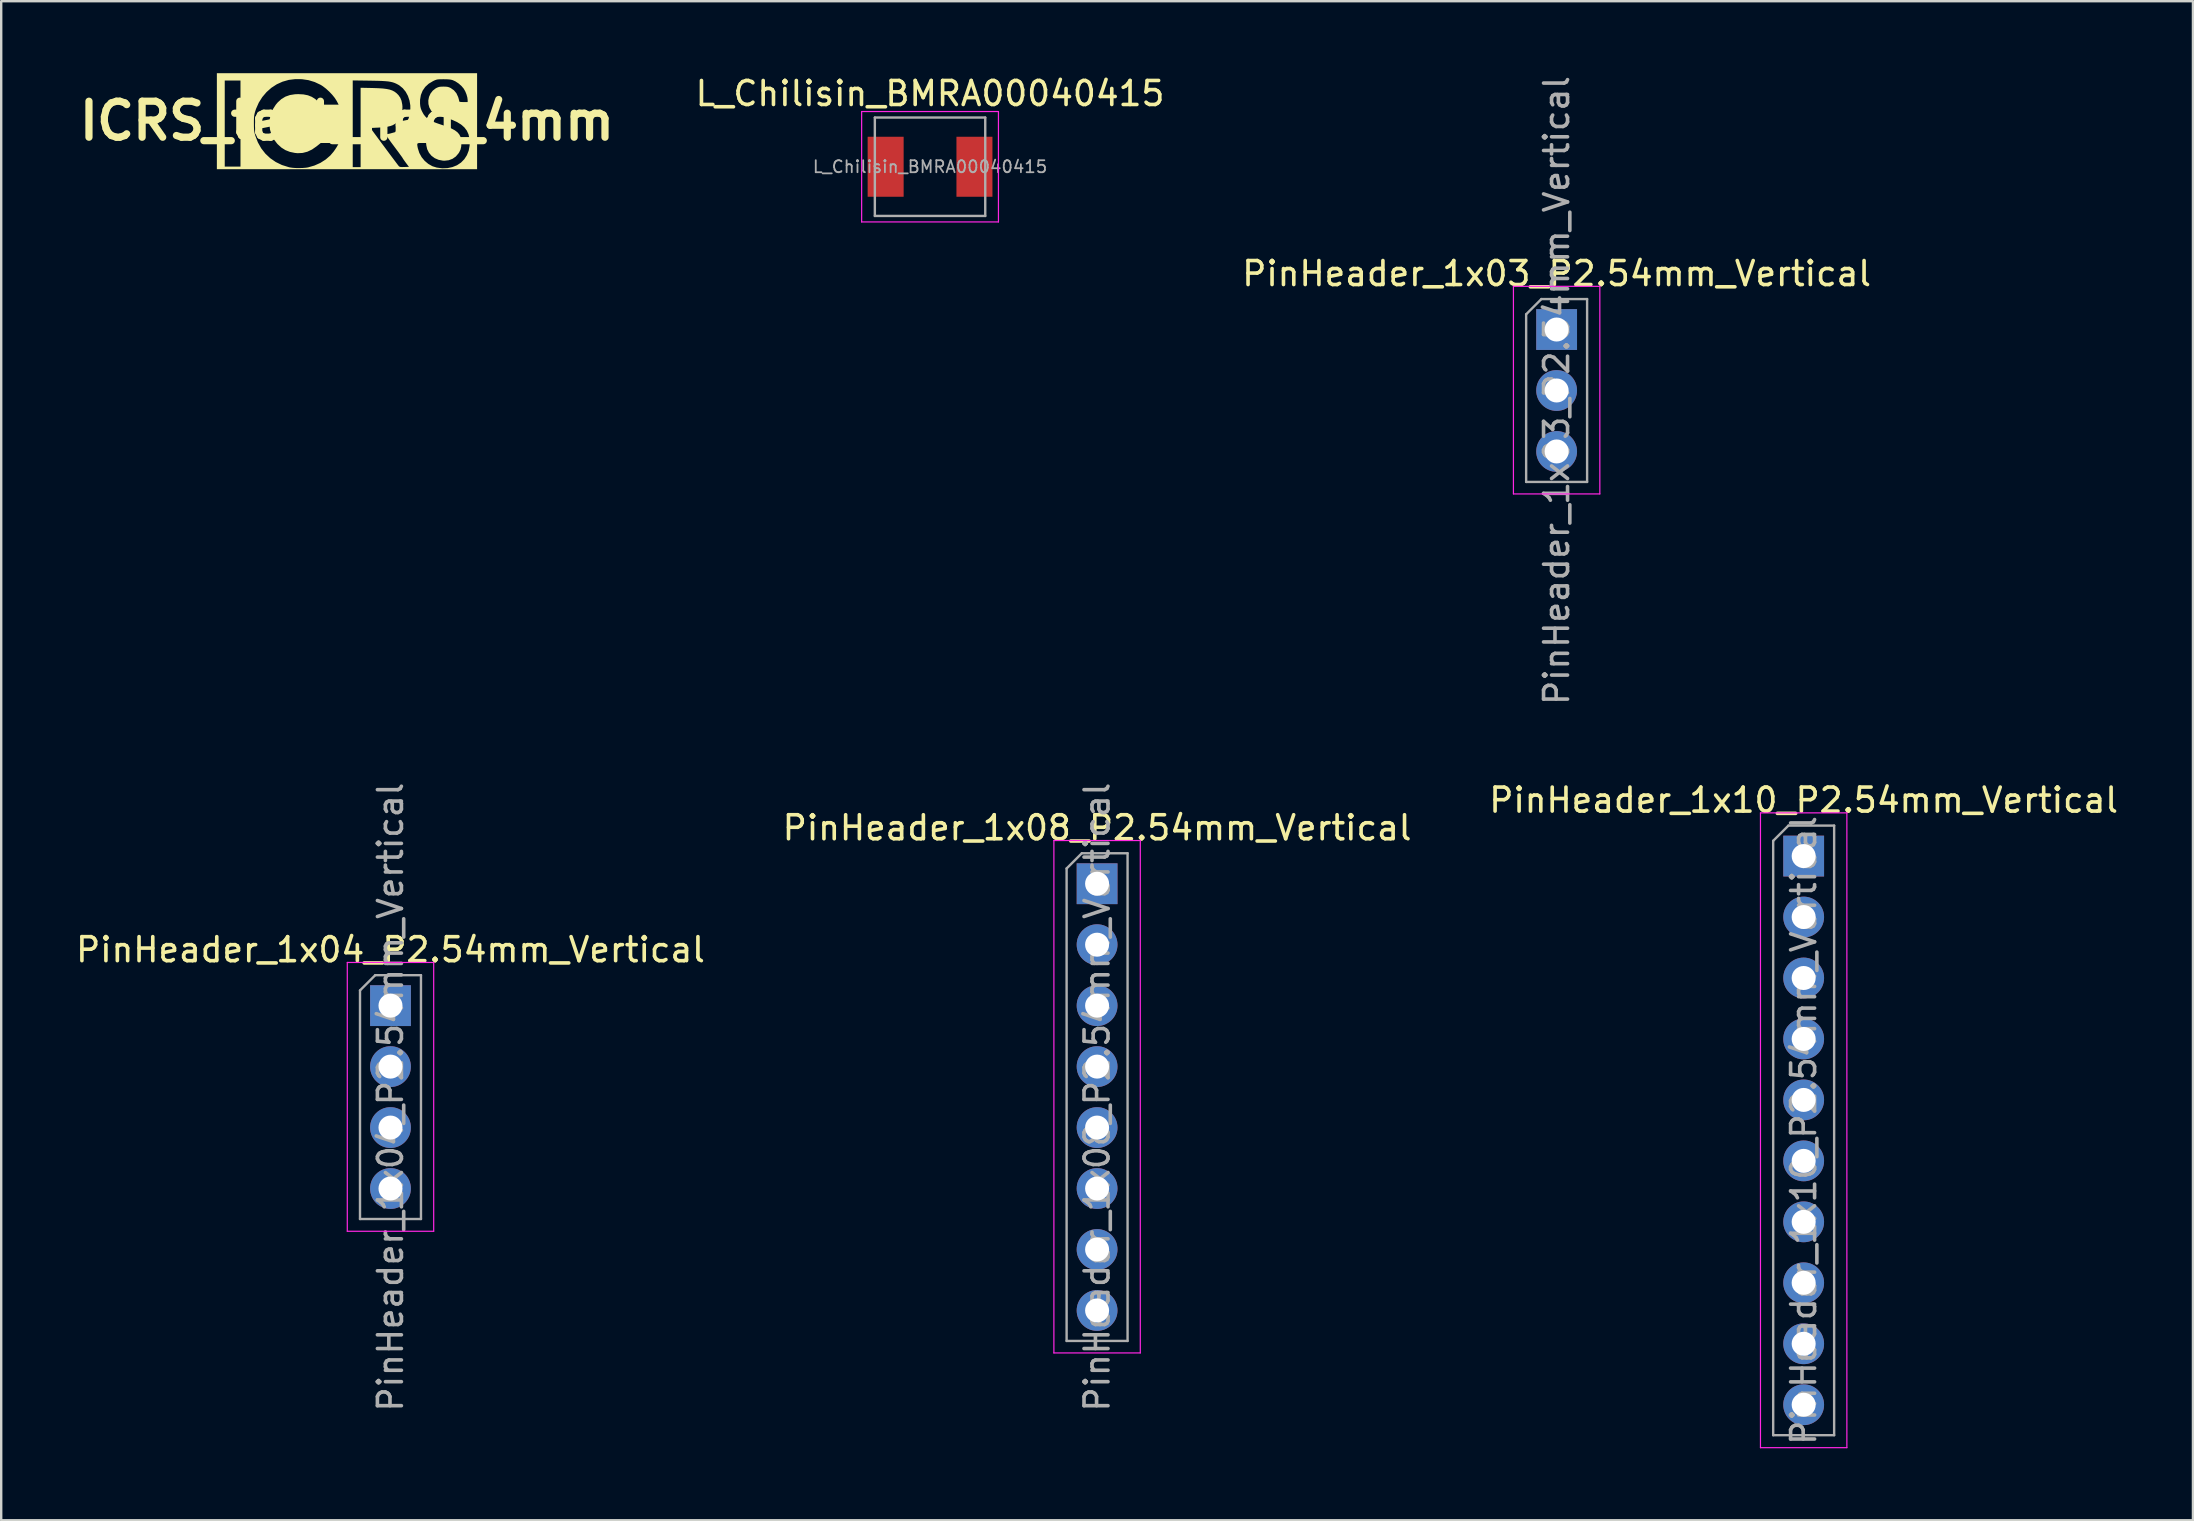
<source format=kicad_pcb>
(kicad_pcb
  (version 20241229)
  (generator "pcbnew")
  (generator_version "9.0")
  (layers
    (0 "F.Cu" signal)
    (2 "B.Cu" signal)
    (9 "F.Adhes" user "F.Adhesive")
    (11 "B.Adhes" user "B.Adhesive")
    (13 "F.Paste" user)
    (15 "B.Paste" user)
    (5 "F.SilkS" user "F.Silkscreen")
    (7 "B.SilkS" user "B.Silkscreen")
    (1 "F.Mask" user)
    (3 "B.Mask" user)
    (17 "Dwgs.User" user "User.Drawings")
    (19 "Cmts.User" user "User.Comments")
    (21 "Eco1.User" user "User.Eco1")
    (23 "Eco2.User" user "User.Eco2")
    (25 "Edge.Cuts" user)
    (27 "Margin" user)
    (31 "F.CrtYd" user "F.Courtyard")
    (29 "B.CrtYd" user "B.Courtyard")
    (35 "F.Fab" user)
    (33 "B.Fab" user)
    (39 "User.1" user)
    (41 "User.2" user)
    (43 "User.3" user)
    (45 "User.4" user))
  (footprint "PinHeader_1x03_P2.54mm_Vertical"
    (layer "F.Cu")
    (at 61.808 10.68)
    (property "Reference" "PinHeader_1x03_P2.54mm_Vertical" (at 0 -2.33 0) (layer "F.SilkS") (effects (font (size 1 1) (thickness 0.15))))
    (attr through_hole)
    (fp_line (start -1.8 -1.8) (end -1.8 6.85) (stroke (width 0.05) (type solid)) (layer "F.CrtYd"))
    (fp_line (start -1.8 6.85) (end 1.8 6.85) (stroke (width 0.05) (type solid)) (layer "F.CrtYd"))
    (fp_line (start 1.8 -1.8) (end -1.8 -1.8) (stroke (width 0.05) (type solid)) (layer "F.CrtYd"))
    (fp_line (start 1.8 6.85) (end 1.8 -1.8) (stroke (width 0.05) (type solid)) (layer "F.CrtYd"))
    (fp_line (start -1.27 -0.635) (end -0.635 -1.27) (stroke (width 0.1) (type solid)) (layer "F.Fab"))
    (fp_line (start -1.27 6.35) (end -1.27 -0.635) (stroke (width 0.1) (type solid)) (layer "F.Fab"))
    (fp_line (start -0.635 -1.27) (end 1.27 -1.27) (stroke (width 0.1) (type solid)) (layer "F.Fab"))
    (fp_line (start 1.27 -1.27) (end 1.27 6.35) (stroke (width 0.1) (type solid)) (layer "F.Fab"))
    (fp_line (start 1.27 6.35) (end -1.27 6.35) (stroke (width 0.1) (type solid)) (layer "F.Fab"))
    (fp_text user "${REFERENCE}" (at 0 2.54 90) (layer "F.Fab") (effects (font (size 1 1) (thickness 0.15))))
    (pad "1" thru_hole rect (at 0 0) (size 1.7 1.7) (drill 1) (layers "*.Cu" "*.Mask"))
    (pad "2" thru_hole oval (at 0 2.54) (size 1.7 1.7) (drill 1) (layers "*.Cu" "*.Mask"))
    (pad "3" thru_hole oval (at 0 5.08) (size 1.7 1.7) (drill 1) (layers "*.Cu" "*.Mask")))
  (footprint "PinHeader_1x10_P2.54mm_Vertical"
    (layer "F.Cu")
    (at 72.101 32.619)
    (property "Reference" "PinHeader_1x10_P2.54mm_Vertical" (at 0 -2.33 0) (layer "F.SilkS") (effects (font (size 1 1) (thickness 0.15))))
    (attr through_hole)
    (fp_line (start -1.8 -1.8) (end -1.8 24.65) (stroke (width 0.05) (type solid)) (layer "F.CrtYd"))
    (fp_line (start -1.8 24.65) (end 1.8 24.65) (stroke (width 0.05) (type solid)) (layer "F.CrtYd"))
    (fp_line (start 1.8 -1.8) (end -1.8 -1.8) (stroke (width 0.05) (type solid)) (layer "F.CrtYd"))
    (fp_line (start 1.8 24.65) (end 1.8 -1.8) (stroke (width 0.05) (type solid)) (layer "F.CrtYd"))
    (fp_line (start -1.27 -0.635) (end -0.635 -1.27) (stroke (width 0.1) (type solid)) (layer "F.Fab"))
    (fp_line (start -1.27 24.13) (end -1.27 -0.635) (stroke (width 0.1) (type solid)) (layer "F.Fab"))
    (fp_line (start -0.635 -1.27) (end 1.27 -1.27) (stroke (width 0.1) (type solid)) (layer "F.Fab"))
    (fp_line (start 1.27 -1.27) (end 1.27 24.13) (stroke (width 0.1) (type solid)) (layer "F.Fab"))
    (fp_line (start 1.27 24.13) (end -1.27 24.13) (stroke (width 0.1) (type solid)) (layer "F.Fab"))
    (fp_text user "${REFERENCE}" (at 0 11.43 90) (layer "F.Fab") (effects (font (size 1 1) (thickness 0.15))))
    (pad "1" thru_hole rect (at 0 0) (size 1.7 1.7) (drill 1) (layers "*.Cu" "*.Mask"))
    (pad "2" thru_hole oval (at 0 2.54) (size 1.7 1.7) (drill 1) (layers "*.Cu" "*.Mask"))
    (pad "3" thru_hole oval (at 0 5.08) (size 1.7 1.7) (drill 1) (layers "*.Cu" "*.Mask"))
    (pad "4" thru_hole oval (at 0 7.62) (size 1.7 1.7) (drill 1) (layers "*.Cu" "*.Mask"))
    (pad "5" thru_hole oval (at 0 10.16) (size 1.7 1.7) (drill 1) (layers "*.Cu" "*.Mask"))
    (pad "6" thru_hole oval (at 0 12.7) (size 1.7 1.7) (drill 1) (layers "*.Cu" "*.Mask"))
    (pad "7" thru_hole oval (at 0 15.24) (size 1.7 1.7) (drill 1) (layers "*.Cu" "*.Mask"))
    (pad "8" thru_hole oval (at 0 17.78) (size 1.7 1.7) (drill 1) (layers "*.Cu" "*.Mask"))
    (pad "9" thru_hole oval (at 0 20.32) (size 1.7 1.7) (drill 1) (layers "*.Cu" "*.Mask"))
    (pad "10" thru_hole oval (at 0 22.86) (size 1.7 1.7) (drill 1) (layers "*.Cu" "*.Mask")))
  (footprint "L_Chilisin_BMRA00040415"
    (layer "F.Cu")
    (at 35.701 3.898)
    (property "Reference" "L_Chilisin_BMRA00040415" (at 0 -3.05 0) (layer "F.SilkS") (effects (font (size 1 1) (thickness 0.15))))
    (attr smd)
    (fp_line (start -2.85 -2.3) (end -2.85 2.3) (stroke (width 0.05) (type solid)) (layer "F.CrtYd"))
    (fp_line (start -2.85 2.3) (end 2.85 2.3) (stroke (width 0.05) (type solid)) (layer "F.CrtYd"))
    (fp_line (start 2.85 -2.3) (end -2.85 -2.3) (stroke (width 0.05) (type solid)) (layer "F.CrtYd"))
    (fp_line (start 2.85 2.3) (end 2.85 -2.3) (stroke (width 0.05) (type solid)) (layer "F.CrtYd"))
    (fp_line (start -2.3 -2.05) (end -2.3 2.05) (stroke (width 0.1) (type solid)) (layer "F.Fab"))
    (fp_line (start -2.3 2.05) (end 2.3 2.05) (stroke (width 0.1) (type solid)) (layer "F.Fab"))
    (fp_line (start 2.3 -2.05) (end -2.3 -2.05) (stroke (width 0.1) (type solid)) (layer "F.Fab"))
    (fp_line (start 2.3 2.05) (end 2.3 -2.05) (stroke (width 0.1) (type solid)) (layer "F.Fab"))
    (fp_text user "${REFERENCE}" (at 0 0 0) (layer "F.Fab") (effects (font (size 0.5 0.5) (thickness 0.075))))
    (pad "1" smd rect (at -1.85 0) (size 1.5 2.5) (layers "F.Cu" "F.Mask" "F.Paste"))
    (pad "2" smd rect (at 1.85 0) (size 1.5 2.5) (layers "F.Cu" "F.Mask" "F.Paste")))
  (footprint "ICRS_text_neg_4mm"
    (layer "F.Cu")
    (at 11.407 1.989)
    (property "Reference" "ICRS_text_neg_4mm" (at 0 0 0) (layer "F.SilkS") (effects (font (size 1.5 1.5) (thickness 0.3))))
    (attr board_only exclude_from_pos_files exclude_from_bom)
    (fp_poly (pts (xy 5.421 0.011) (xy 5.421 2.011) (xy 0 2.011) (xy -5.421 2.011) (xy -5.421 0.011) (xy -5.421 -1.683) (xy -5.093 -1.683) (xy -5.093 0.109) (xy -5.093 1.902) (xy -4.765 1.902) (xy -4.437 1.902) (xy -4.437 0.109) (xy -4.437 0.091) (xy -3.878 0.091) (xy -3.878 0.109) (xy -3.877 0.242) (xy -3.873 0.344) (xy -3.864 0.425) (xy -3.851 0.499) (xy -3.83 0.577) (xy -3.818 0.619) (xy -3.712 0.894) (xy -3.573 1.142) (xy -3.401 1.362) (xy -3.199 1.552) (xy -2.968 1.711) (xy -2.711 1.836) (xy -2.428 1.925) (xy -2.383 1.936) (xy -2.275 1.952) (xy -2.14 1.962) (xy -1.99 1.964) (xy -1.842 1.96) (xy -1.708 1.949) (xy -1.624 1.936) (xy -1.358 1.859) (xy -1.11 1.749) (xy -0.887 1.607) (xy -0.692 1.438) (xy -0.561 1.284) (xy -0.499 1.197) (xy -0.441 1.109) (xy -0.394 1.029) (xy -0.361 0.966) (xy -0.35 0.93) (xy -0.37 0.926) (xy -0.428 0.923) (xy -0.515 0.92) (xy -0.624 0.918) (xy -0.721 0.918) (xy -1.092 0.918) (xy -1.262 1.055) (xy -1.455 1.19) (xy -1.649 1.282) (xy -1.846 1.333) (xy -2.052 1.344) (xy -2.169 1.333) (xy -2.38 1.289) (xy -2.563 1.217) (xy -2.729 1.113) (xy -2.886 0.971) (xy -2.911 0.944) (xy -3.047 0.766) (xy -3.145 0.571) (xy -3.207 0.363) (xy -3.232 0.148) (xy -3.22 -0.069) (xy -3.172 -0.283) (xy -3.087 -0.488) (xy -2.965 -0.678) (xy -2.884 -0.774) (xy -2.732 -0.912) (xy -2.564 -1.013) (xy -2.377 -1.079) (xy -2.166 -1.112) (xy -2.027 -1.117) (xy -1.812 -1.105) (xy -1.627 -1.068) (xy -1.464 -1.003) (xy -1.315 -0.908) (xy -1.197 -0.803) (xy -1.071 -0.678) (xy -0.709 -0.678) (xy -0.347 -0.678) (xy -0.43 -0.836) (xy -0.508 -0.958) (xy -0.614 -1.09) (xy -0.739 -1.222) (xy -0.873 -1.344) (xy -1.007 -1.447) (xy -1.093 -1.502) (xy -1.345 -1.621) (xy -1.566 -1.688) (xy 0.24 -1.688) (xy 0.24 0.118) (xy 0.24 1.924) (xy 0.404 1.924) (xy 0.568 1.924) (xy 0.568 0.271) (xy 0.568 -1.382) (xy 1.066 -1.372) (xy 1.297 -1.364) (xy 1.489 -1.352) (xy 1.649 -1.332) (xy 1.781 -1.305) (xy 1.891 -1.267) (xy 1.983 -1.218) (xy 2.064 -1.157) (xy 2.139 -1.082) (xy 2.149 -1.07) (xy 2.222 -0.964) (xy 2.272 -0.842) (xy 2.302 -0.692) (xy 2.311 -0.601) (xy 2.307 -0.402) (xy 2.268 -0.224) (xy 2.195 -0.071) (xy 2.089 0.055) (xy 2.017 0.113) (xy 1.92 0.169) (xy 1.81 0.212) (xy 1.679 0.243) (xy 1.521 0.264) (xy 1.327 0.277) (xy 1.306 0.278) (xy 1.193 0.283) (xy 1.097 0.288) (xy 1.026 0.292) (xy 0.988 0.296) (xy 0.984 0.298) (xy 0.996 0.317) (xy 1.032 0.366) (xy 1.087 0.443) (xy 1.159 0.541) (xy 1.245 0.657) (xy 1.34 0.787) (xy 1.443 0.926) (xy 1.55 1.069) (xy 1.657 1.214) (xy 1.762 1.355) (xy 1.861 1.488) (xy 1.952 1.609) (xy 2.03 1.713) (xy 2.093 1.797) (xy 2.138 1.855) (xy 2.161 1.885) (xy 2.163 1.886) (xy 2.188 1.905) (xy 2.225 1.917) (xy 2.284 1.921) (xy 2.376 1.92) (xy 2.391 1.919) (xy 2.582 1.913) (xy 2.458 1.749) (xy 2.403 1.673) (xy 2.357 1.608) (xy 2.328 1.564) (xy 2.322 1.552) (xy 2.306 1.526) (xy 2.267 1.471) (xy 2.208 1.39) (xy 2.135 1.289) (xy 2.048 1.173) (xy 1.954 1.046) (xy 1.952 1.043) (xy 1.915 0.994) (xy 2.927 0.994) (xy 2.938 1.068) (xy 2.953 1.141) (xy 3.014 1.333) (xy 3.11 1.509) (xy 3.237 1.663) (xy 3.389 1.791) (xy 3.56 1.887) (xy 3.738 1.943) (xy 3.969 1.974) (xy 4.188 1.966) (xy 4.394 1.923) (xy 4.585 1.846) (xy 4.751 1.735) (xy 4.889 1.594) (xy 4.997 1.427) (xy 5.072 1.237) (xy 5.11 1.029) (xy 5.115 0.92) (xy 5.102 0.726) (xy 5.062 0.554) (xy 4.993 0.403) (xy 4.891 0.269) (xy 4.756 0.151) (xy 4.585 0.046) (xy 4.375 -0.048) (xy 4.124 -0.135) (xy 4.099 -0.142) (xy 3.908 -0.203) (xy 3.758 -0.26) (xy 3.643 -0.315) (xy 3.561 -0.37) (xy 3.512 -0.42) (xy 3.434 -0.556) (xy 3.394 -0.703) (xy 3.389 -0.855) (xy 3.419 -1.004) (xy 3.482 -1.142) (xy 3.575 -1.262) (xy 3.698 -1.358) (xy 3.724 -1.372) (xy 3.789 -1.402) (xy 3.85 -1.42) (xy 3.923 -1.428) (xy 4.022 -1.43) (xy 4.122 -1.428) (xy 4.195 -1.419) (xy 4.256 -1.401) (xy 4.32 -1.372) (xy 4.454 -1.278) (xy 4.559 -1.154) (xy 4.63 -1.001) (xy 4.635 -0.988) (xy 4.657 -0.912) (xy 4.672 -0.85) (xy 4.678 -0.817) (xy 4.688 -0.801) (xy 4.724 -0.792) (xy 4.792 -0.788) (xy 4.853 -0.787) (xy 5.028 -0.787) (xy 5.028 -0.872) (xy 5.014 -0.983) (xy 4.978 -1.111) (xy 4.925 -1.239) (xy 4.862 -1.348) (xy 4.768 -1.459) (xy 4.648 -1.563) (xy 4.517 -1.649) (xy 4.41 -1.698) (xy 4.343 -1.717) (xy 4.263 -1.729) (xy 4.162 -1.736) (xy 4.027 -1.738) (xy 4.022 -1.738) (xy 3.907 -1.737) (xy 3.824 -1.734) (xy 3.762 -1.727) (xy 3.709 -1.713) (xy 3.652 -1.691) (xy 3.585 -1.659) (xy 3.406 -1.552) (xy 3.261 -1.419) (xy 3.152 -1.262) (xy 3.079 -1.082) (xy 3.045 -0.882) (xy 3.044 -0.725) (xy 3.054 -0.617) (xy 3.073 -0.531) (xy 3.105 -0.444) (xy 3.135 -0.382) (xy 3.192 -0.278) (xy 3.258 -0.191) (xy 3.336 -0.115) (xy 3.433 -0.047) (xy 3.555 0.017) (xy 3.707 0.08) (xy 3.894 0.145) (xy 3.963 0.168) (xy 4.179 0.242) (xy 4.355 0.316) (xy 4.495 0.391) (xy 4.602 0.472) (xy 4.679 0.562) (xy 4.73 0.663) (xy 4.758 0.78) (xy 4.768 0.916) (xy 4.768 0.921) (xy 4.759 1.069) (xy 4.731 1.192) (xy 4.677 1.305) (xy 4.65 1.347) (xy 4.536 1.481) (xy 4.398 1.578) (xy 4.24 1.637) (xy 4.066 1.657) (xy 3.996 1.654) (xy 3.816 1.62) (xy 3.657 1.552) (xy 3.522 1.452) (xy 3.416 1.326) (xy 3.342 1.178) (xy 3.308 1.027) (xy 3.295 0.918) (xy 3.112 0.918) (xy 3.02 0.919) (xy 2.963 0.927) (xy 2.933 0.949) (xy 2.927 0.994) (xy 1.915 0.994) (xy 1.848 0.904) (xy 1.761 0.784) (xy 1.693 0.686) (xy 1.647 0.614) (xy 1.623 0.571) (xy 1.622 0.56) (xy 1.657 0.552) (xy 1.721 0.54) (xy 1.792 0.526) (xy 2.001 0.468) (xy 2.185 0.375) (xy 2.342 0.25) (xy 2.468 0.094) (xy 2.562 -0.09) (xy 2.605 -0.225) (xy 2.64 -0.437) (xy 2.639 -0.647) (xy 2.605 -0.851) (xy 2.54 -1.043) (xy 2.446 -1.216) (xy 2.325 -1.364) (xy 2.179 -1.483) (xy 2.126 -1.514) (xy 2.051 -1.553) (xy 1.977 -1.585) (xy 1.9 -1.61) (xy 1.814 -1.63) (xy 1.715 -1.646) (xy 1.595 -1.657) (xy 1.45 -1.666) (xy 1.275 -1.672) (xy 1.064 -1.676) (xy 0.956 -1.678) (xy 0.24 -1.688) (xy -1.566 -1.688) (xy -1.606 -1.7) (xy -1.881 -1.74) (xy -2.153 -1.743) (xy -2.425 -1.71) (xy -2.684 -1.636) (xy -2.927 -1.526) (xy -3.151 -1.38) (xy -3.352 -1.202) (xy -3.528 -0.995) (xy -3.675 -0.762) (xy -3.789 -0.504) (xy -3.831 -0.378) (xy -3.851 -0.3) (xy -3.865 -0.225) (xy -3.874 -0.143) (xy -3.878 -0.041) (xy -3.878 0.091) (xy -4.437 0.091) (xy -4.437 -1.683) (xy -4.765 -1.683) (xy -5.093 -1.683) (xy -5.421 -1.683) (xy -5.421 -1.989) (xy 0 -1.989) (xy 5.421 -1.989)) (stroke (width 0) (type solid)) (fill yes) (layer "F.SilkS")))
  (footprint "PinHeader_1x04_P2.54mm_Vertical"
    (layer "F.Cu")
    (at 13.22 38.851)
    (property "Reference" "PinHeader_1x04_P2.54mm_Vertical" (at 0 -2.33 0) (layer "F.SilkS") (effects (font (size 1 1) (thickness 0.15))))
    (attr through_hole)
    (fp_line (start -1.8 -1.8) (end -1.8 9.4) (stroke (width 0.05) (type solid)) (layer "F.CrtYd"))
    (fp_line (start -1.8 9.4) (end 1.8 9.4) (stroke (width 0.05) (type solid)) (layer "F.CrtYd"))
    (fp_line (start 1.8 -1.8) (end -1.8 -1.8) (stroke (width 0.05) (type solid)) (layer "F.CrtYd"))
    (fp_line (start 1.8 9.4) (end 1.8 -1.8) (stroke (width 0.05) (type solid)) (layer "F.CrtYd"))
    (fp_line (start -1.27 -0.635) (end -0.635 -1.27) (stroke (width 0.1) (type solid)) (layer "F.Fab"))
    (fp_line (start -1.27 8.89) (end -1.27 -0.635) (stroke (width 0.1) (type solid)) (layer "F.Fab"))
    (fp_line (start -0.635 -1.27) (end 1.27 -1.27) (stroke (width 0.1) (type solid)) (layer "F.Fab"))
    (fp_line (start 1.27 -1.27) (end 1.27 8.89) (stroke (width 0.1) (type solid)) (layer "F.Fab"))
    (fp_line (start 1.27 8.89) (end -1.27 8.89) (stroke (width 0.1) (type solid)) (layer "F.Fab"))
    (fp_text user "${REFERENCE}" (at 0 3.81 90) (layer "F.Fab") (effects (font (size 1 1) (thickness 0.15))))
    (pad "1" thru_hole rect (at 0 0) (size 1.7 1.7) (drill 1) (layers "*.Cu" "*.Mask"))
    (pad "2" thru_hole oval (at 0 2.54) (size 1.7 1.7) (drill 1) (layers "*.Cu" "*.Mask"))
    (pad "3" thru_hole oval (at 0 5.08) (size 1.7 1.7) (drill 1) (layers "*.Cu" "*.Mask"))
    (pad "4" thru_hole oval (at 0 7.62) (size 1.7 1.7) (drill 1) (layers "*.Cu" "*.Mask")))
  (footprint "PinHeader_1x08_P2.54mm_Vertical"
    (layer "F.Cu")
    (at 42.661 33.771)
    (property "Reference" "PinHeader_1x08_P2.54mm_Vertical" (at 0 -2.33 0) (layer "F.SilkS") (effects (font (size 1 1) (thickness 0.15))))
    (attr through_hole)
    (fp_line (start -1.8 -1.8) (end -1.8 19.55) (stroke (width 0.05) (type solid)) (layer "F.CrtYd"))
    (fp_line (start -1.8 19.55) (end 1.8 19.55) (stroke (width 0.05) (type solid)) (layer "F.CrtYd"))
    (fp_line (start 1.8 -1.8) (end -1.8 -1.8) (stroke (width 0.05) (type solid)) (layer "F.CrtYd"))
    (fp_line (start 1.8 19.55) (end 1.8 -1.8) (stroke (width 0.05) (type solid)) (layer "F.CrtYd"))
    (fp_line (start -1.27 -0.635) (end -0.635 -1.27) (stroke (width 0.1) (type solid)) (layer "F.Fab"))
    (fp_line (start -1.27 19.05) (end -1.27 -0.635) (stroke (width 0.1) (type solid)) (layer "F.Fab"))
    (fp_line (start -0.635 -1.27) (end 1.27 -1.27) (stroke (width 0.1) (type solid)) (layer "F.Fab"))
    (fp_line (start 1.27 -1.27) (end 1.27 19.05) (stroke (width 0.1) (type solid)) (layer "F.Fab"))
    (fp_line (start 1.27 19.05) (end -1.27 19.05) (stroke (width 0.1) (type solid)) (layer "F.Fab"))
    (fp_text user "${REFERENCE}" (at 0 8.89 90) (layer "F.Fab") (effects (font (size 1 1) (thickness 0.15))))
    (pad "1" thru_hole rect (at 0 0) (size 1.7 1.7) (drill 1) (layers "*.Cu" "*.Mask"))
    (pad "2" thru_hole oval (at 0 2.54) (size 1.7 1.7) (drill 1) (layers "*.Cu" "*.Mask"))
    (pad "3" thru_hole oval (at 0 5.08) (size 1.7 1.7) (drill 1) (layers "*.Cu" "*.Mask"))
    (pad "4" thru_hole oval (at 0 7.62) (size 1.7 1.7) (drill 1) (layers "*.Cu" "*.Mask"))
    (pad "5" thru_hole oval (at 0 10.16) (size 1.7 1.7) (drill 1) (layers "*.Cu" "*.Mask"))
    (pad "6" thru_hole oval (at 0 12.7) (size 1.7 1.7) (drill 1) (layers "*.Cu" "*.Mask"))
    (pad "7" thru_hole oval (at 0 15.24) (size 1.7 1.7) (drill 1) (layers "*.Cu" "*.Mask"))
    (pad "8" thru_hole oval (at 0 17.78) (size 1.7 1.7) (drill 1) (layers "*.Cu" "*.Mask")))
  (gr_rect
    (start -3 -3)
    (end 88.321 60.294)
    (stroke (width 0.1) (type default))
    (fill no)
    (layer "Edge.Cuts")))
</source>
